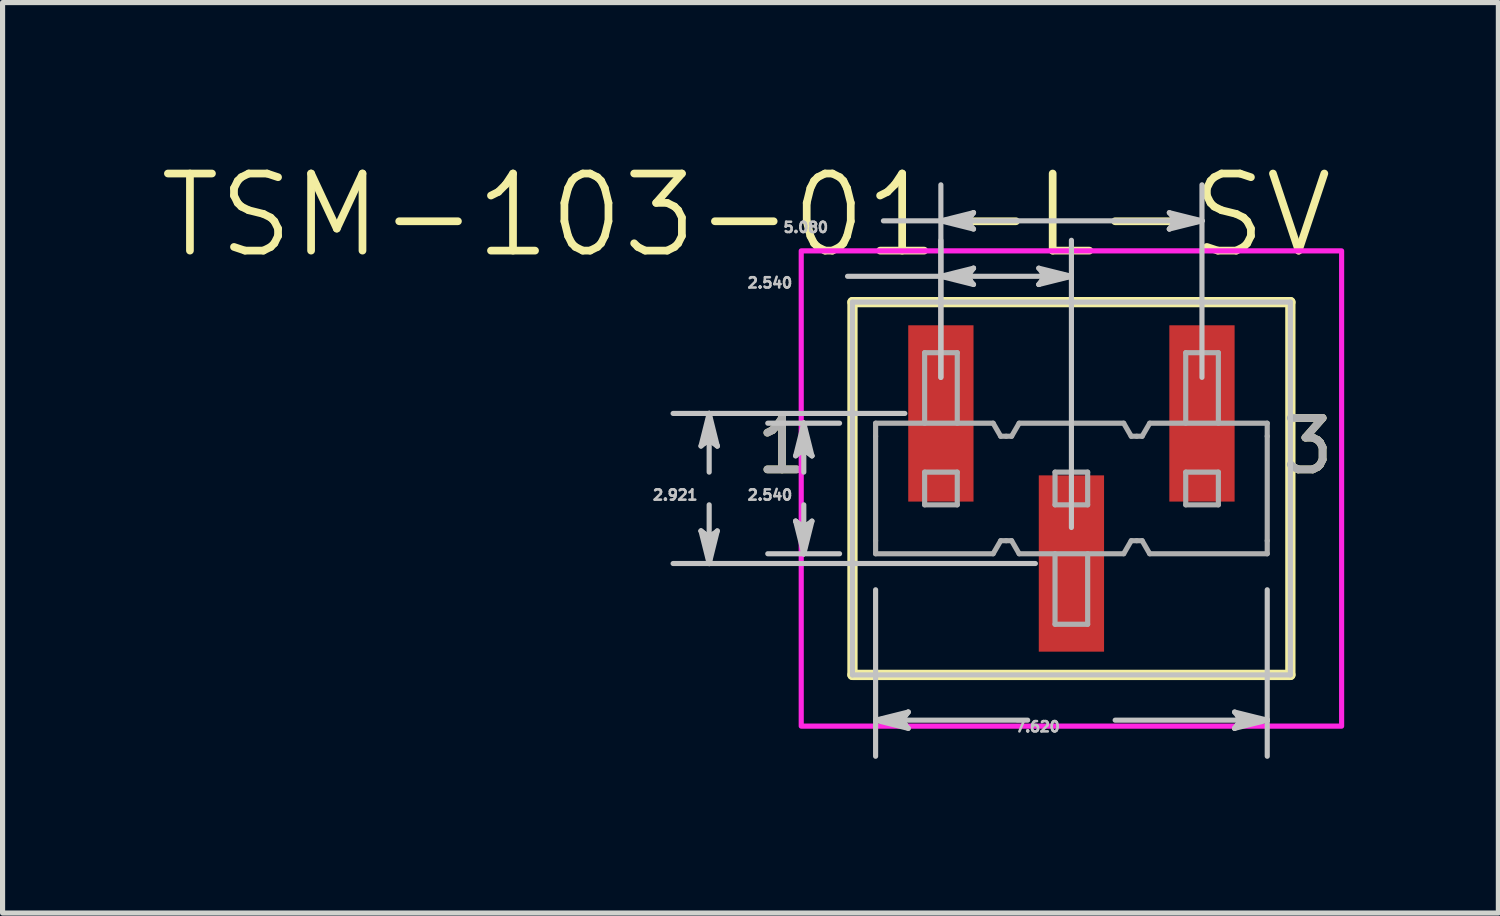
<source format=kicad_pcb>
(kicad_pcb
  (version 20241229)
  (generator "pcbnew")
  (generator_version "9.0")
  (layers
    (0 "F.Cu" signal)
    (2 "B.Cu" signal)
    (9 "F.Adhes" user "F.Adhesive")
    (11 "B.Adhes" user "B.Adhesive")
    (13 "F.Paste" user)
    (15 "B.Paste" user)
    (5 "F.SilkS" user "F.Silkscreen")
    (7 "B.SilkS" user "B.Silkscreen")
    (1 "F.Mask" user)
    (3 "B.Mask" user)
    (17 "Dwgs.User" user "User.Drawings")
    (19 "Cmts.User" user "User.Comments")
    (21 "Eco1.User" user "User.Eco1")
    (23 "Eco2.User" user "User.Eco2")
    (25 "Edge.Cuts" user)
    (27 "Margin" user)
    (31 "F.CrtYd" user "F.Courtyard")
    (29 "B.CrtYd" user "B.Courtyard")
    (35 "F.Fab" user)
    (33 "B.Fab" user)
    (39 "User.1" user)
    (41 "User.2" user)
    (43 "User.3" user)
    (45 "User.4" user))
  (footprint "TSM-103-01-L-SV"
    (layer "F.Cu")
    (at 17.796 6.454)
    (property "Reference" "TSM-103-01-L-SV" (at -6.329 -5.314 0) (layer "F.SilkS") (effects (font (size 1.5 1.5) (thickness 0.15))))
    (attr smd)
    (fp_poly (pts (xy -3.226 -3.226) (xy -1.854 -3.226) (xy -1.854 0.306) (xy -3.226 0.306)) (stroke (width 0.01) (type solid)) (fill yes) (layer "F.Mask"))
    (fp_poly (pts (xy -0.686 -0.306) (xy 0.686 -0.306) (xy 0.686 3.226) (xy -0.686 3.226)) (stroke (width 0.01) (type solid)) (fill yes) (layer "F.Mask"))
    (fp_poly (pts (xy 1.854 -3.226) (xy 3.226 -3.226) (xy 3.226 0.306) (xy 1.854 0.306)) (stroke (width 0.01) (type solid)) (fill yes) (layer "F.Mask"))
    (fp_line (start -4.26 -3.626) (end -4.26 3.627) (stroke (width 0.2) (type solid)) (layer "F.SilkS"))
    (fp_line (start -4.26 3.627) (end 4.26 3.627) (stroke (width 0.2) (type solid)) (layer "F.SilkS"))
    (fp_line (start 4.26 -3.626) (end -4.26 -3.626) (stroke (width 0.2) (type solid)) (layer "F.SilkS"))
    (fp_line (start 4.26 3.627) (end 4.26 -3.626) (stroke (width 0.2) (type solid)) (layer "F.SilkS"))
    (fp_poly (pts (xy -3.175 -3.175) (xy -1.905 -3.175) (xy -1.905 0.255) (xy -3.175 0.255)) (stroke (width 0.01) (type solid)) (fill yes) (layer "F.Paste"))
    (fp_poly (pts (xy -0.635 -0.255) (xy 0.635 -0.255) (xy 0.635 3.175) (xy -0.635 3.175)) (stroke (width 0.01) (type solid)) (fill yes) (layer "F.Paste"))
    (fp_poly (pts (xy 1.905 -3.175) (xy 3.175 -3.175) (xy 3.175 0.255) (xy 1.905 0.255)) (stroke (width 0.01) (type solid)) (fill yes) (layer "F.Paste"))
    (fp_line (start -7.207 -0.826) (end -7.048 -0.952) (stroke (width 0.1) (type solid)) (layer "Dwgs.User"))
    (fp_line (start -7.207 0.826) (end -7.048 1.46) (stroke (width 0.1) (type solid)) (layer "Dwgs.User"))
    (fp_line (start -7.128 -0.889) (end -7.048 -0.952) (stroke (width 0.1) (type solid)) (layer "Dwgs.User"))
    (fp_line (start -7.128 0.889) (end -7.207 0.826) (stroke (width 0.1) (type solid)) (layer "Dwgs.User"))
    (fp_line (start -7.048 -1.46) (end -7.207 -0.826) (stroke (width 0.1) (type solid)) (layer "Dwgs.User"))
    (fp_line (start -7.048 -1.46) (end -7.128 -0.889) (stroke (width 0.1) (type solid)) (layer "Dwgs.User"))
    (fp_line (start -7.048 -1.46) (end -6.969 -0.889) (stroke (width 0.1) (type solid)) (layer "Dwgs.User"))
    (fp_line (start -7.048 -0.952) (end -7.048 -1.46) (stroke (width 0.1) (type solid)) (layer "Dwgs.User"))
    (fp_line (start -7.048 -0.952) (end -6.89 -0.826) (stroke (width 0.1) (type solid)) (layer "Dwgs.User"))
    (fp_line (start -7.048 -0.318) (end -7.048 -1.46) (stroke (width 0.1) (type solid)) (layer "Dwgs.User"))
    (fp_line (start -7.048 0.318) (end -7.048 1.46) (stroke (width 0.1) (type solid)) (layer "Dwgs.User"))
    (fp_line (start -7.048 0.952) (end -7.207 0.826) (stroke (width 0.1) (type solid)) (layer "Dwgs.User"))
    (fp_line (start -7.048 0.952) (end -7.048 1.46) (stroke (width 0.1) (type solid)) (layer "Dwgs.User"))
    (fp_line (start -7.048 1.46) (end -7.128 0.889) (stroke (width 0.1) (type solid)) (layer "Dwgs.User"))
    (fp_line (start -7.048 1.46) (end -6.969 0.889) (stroke (width 0.1) (type solid)) (layer "Dwgs.User"))
    (fp_line (start -7.048 1.46) (end -6.89 0.826) (stroke (width 0.1) (type solid)) (layer "Dwgs.User"))
    (fp_line (start -6.969 -0.889) (end -6.89 -0.826) (stroke (width 0.1) (type solid)) (layer "Dwgs.User"))
    (fp_line (start -6.969 0.889) (end -7.048 0.952) (stroke (width 0.1) (type solid)) (layer "Dwgs.User"))
    (fp_line (start -6.89 -0.826) (end -7.048 -1.46) (stroke (width 0.1) (type solid)) (layer "Dwgs.User"))
    (fp_line (start -6.89 0.826) (end -7.048 0.952) (stroke (width 0.1) (type solid)) (layer "Dwgs.User"))
    (fp_line (start -5.366 -0.635) (end -5.207 -0.762) (stroke (width 0.1) (type solid)) (layer "Dwgs.User"))
    (fp_line (start -5.366 0.635) (end -5.207 1.27) (stroke (width 0.1) (type solid)) (layer "Dwgs.User"))
    (fp_line (start -5.286 -0.698) (end -5.207 -0.762) (stroke (width 0.1) (type solid)) (layer "Dwgs.User"))
    (fp_line (start -5.286 0.698) (end -5.366 0.635) (stroke (width 0.1) (type solid)) (layer "Dwgs.User"))
    (fp_line (start -5.207 -1.27) (end -5.366 -0.635) (stroke (width 0.1) (type solid)) (layer "Dwgs.User"))
    (fp_line (start -5.207 -1.27) (end -5.286 -0.698) (stroke (width 0.1) (type solid)) (layer "Dwgs.User"))
    (fp_line (start -5.207 -1.27) (end -5.128 -0.698) (stroke (width 0.1) (type solid)) (layer "Dwgs.User"))
    (fp_line (start -5.207 -0.762) (end -5.207 -1.27) (stroke (width 0.1) (type solid)) (layer "Dwgs.User"))
    (fp_line (start -5.207 -0.762) (end -5.048 -0.635) (stroke (width 0.1) (type solid)) (layer "Dwgs.User"))
    (fp_line (start -5.207 -0.318) (end -5.207 -1.27) (stroke (width 0.1) (type solid)) (layer "Dwgs.User"))
    (fp_line (start -5.207 0.318) (end -5.207 1.27) (stroke (width 0.1) (type solid)) (layer "Dwgs.User"))
    (fp_line (start -5.207 0.762) (end -5.366 0.635) (stroke (width 0.1) (type solid)) (layer "Dwgs.User"))
    (fp_line (start -5.207 0.762) (end -5.207 1.27) (stroke (width 0.1) (type solid)) (layer "Dwgs.User"))
    (fp_line (start -5.207 1.27) (end -5.286 0.698) (stroke (width 0.1) (type solid)) (layer "Dwgs.User"))
    (fp_line (start -5.207 1.27) (end -5.128 0.698) (stroke (width 0.1) (type solid)) (layer "Dwgs.User"))
    (fp_line (start -5.207 1.27) (end -5.048 0.635) (stroke (width 0.1) (type solid)) (layer "Dwgs.User"))
    (fp_line (start -5.128 -0.698) (end -5.048 -0.635) (stroke (width 0.1) (type solid)) (layer "Dwgs.User"))
    (fp_line (start -5.128 0.698) (end -5.207 0.762) (stroke (width 0.1) (type solid)) (layer "Dwgs.User"))
    (fp_line (start -5.048 -0.635) (end -5.207 -1.27) (stroke (width 0.1) (type solid)) (layer "Dwgs.User"))
    (fp_line (start -5.048 0.635) (end -5.207 0.762) (stroke (width 0.1) (type solid)) (layer "Dwgs.User"))
    (fp_line (start -4.511 -1.27) (end -5.908 -1.27) (stroke (width 0.1) (type solid)) (layer "Dwgs.User"))
    (fp_line (start -4.511 1.27) (end -5.908 1.27) (stroke (width 0.1) (type solid)) (layer "Dwgs.User"))
    (fp_line (start -4.356 -4.128) (end -2.54 -4.128) (stroke (width 0.1) (type solid)) (layer "Dwgs.User"))
    (fp_line (start -4.26 -3.626) (end -4.26 3.627) (stroke (width 0.1) (type solid)) (layer "Dwgs.User"))
    (fp_line (start -4.26 3.627) (end 4.26 3.627) (stroke (width 0.1) (type solid)) (layer "Dwgs.User"))
    (fp_line (start -3.81 1.971) (end -3.81 5.21) (stroke (width 0.1) (type solid)) (layer "Dwgs.User"))
    (fp_line (start -3.81 4.508) (end -3.238 4.429) (stroke (width 0.1) (type solid)) (layer "Dwgs.User"))
    (fp_line (start -3.81 4.508) (end -3.238 4.588) (stroke (width 0.1) (type solid)) (layer "Dwgs.User"))
    (fp_line (start -3.81 4.508) (end -3.175 4.667) (stroke (width 0.1) (type solid)) (layer "Dwgs.User"))
    (fp_line (start -3.658 -5.207) (end -2.54 -5.207) (stroke (width 0.1) (type solid)) (layer "Dwgs.User"))
    (fp_line (start -3.302 4.508) (end -3.81 4.508) (stroke (width 0.1) (type solid)) (layer "Dwgs.User"))
    (fp_line (start -3.302 4.508) (end -3.175 4.35) (stroke (width 0.1) (type solid)) (layer "Dwgs.User"))
    (fp_line (start -3.241 -1.46) (end -7.75 -1.46) (stroke (width 0.1) (type solid)) (layer "Dwgs.User"))
    (fp_line (start -3.238 4.429) (end -3.175 4.35) (stroke (width 0.1) (type solid)) (layer "Dwgs.User"))
    (fp_line (start -3.238 4.588) (end -3.302 4.508) (stroke (width 0.1) (type solid)) (layer "Dwgs.User"))
    (fp_line (start -3.175 4.35) (end -3.81 4.508) (stroke (width 0.1) (type solid)) (layer "Dwgs.User"))
    (fp_line (start -3.175 4.667) (end -3.302 4.508) (stroke (width 0.1) (type solid)) (layer "Dwgs.User"))
    (fp_line (start -2.54 -5.207) (end -1.968 -5.286) (stroke (width 0.1) (type solid)) (layer "Dwgs.User"))
    (fp_line (start -2.54 -5.207) (end -1.968 -5.128) (stroke (width 0.1) (type solid)) (layer "Dwgs.User"))
    (fp_line (start -2.54 -5.207) (end -1.905 -5.048) (stroke (width 0.1) (type solid)) (layer "Dwgs.User"))
    (fp_line (start -2.54 -5.207) (end 2.54 -5.207) (stroke (width 0.1) (type solid)) (layer "Dwgs.User"))
    (fp_line (start -2.54 -4.128) (end -1.968 -4.207) (stroke (width 0.1) (type solid)) (layer "Dwgs.User"))
    (fp_line (start -2.54 -4.128) (end -1.968 -4.048) (stroke (width 0.1) (type solid)) (layer "Dwgs.User"))
    (fp_line (start -2.54 -4.128) (end -1.905 -3.969) (stroke (width 0.1) (type solid)) (layer "Dwgs.User"))
    (fp_line (start -2.54 -4.128) (end 0 -4.128) (stroke (width 0.1) (type solid)) (layer "Dwgs.User"))
    (fp_line (start -2.54 -2.162) (end -2.54 -5.908) (stroke (width 0.1) (type solid)) (layer "Dwgs.User"))
    (fp_line (start -2.54 -2.162) (end -2.54 -4.829) (stroke (width 0.1) (type solid)) (layer "Dwgs.User"))
    (fp_line (start -2.032 -5.207) (end -2.54 -5.207) (stroke (width 0.1) (type solid)) (layer "Dwgs.User"))
    (fp_line (start -2.032 -5.207) (end -1.905 -5.366) (stroke (width 0.1) (type solid)) (layer "Dwgs.User"))
    (fp_line (start -2.032 -4.128) (end -2.54 -4.128) (stroke (width 0.1) (type solid)) (layer "Dwgs.User"))
    (fp_line (start -2.032 -4.128) (end -1.905 -4.286) (stroke (width 0.1) (type solid)) (layer "Dwgs.User"))
    (fp_line (start -1.968 -5.286) (end -1.905 -5.366) (stroke (width 0.1) (type solid)) (layer "Dwgs.User"))
    (fp_line (start -1.968 -5.128) (end -2.032 -5.207) (stroke (width 0.1) (type solid)) (layer "Dwgs.User"))
    (fp_line (start -1.968 -4.207) (end -1.905 -4.286) (stroke (width 0.1) (type solid)) (layer "Dwgs.User"))
    (fp_line (start -1.968 -4.048) (end -2.032 -4.128) (stroke (width 0.1) (type solid)) (layer "Dwgs.User"))
    (fp_line (start -1.905 -5.366) (end -2.54 -5.207) (stroke (width 0.1) (type solid)) (layer "Dwgs.User"))
    (fp_line (start -1.905 -5.048) (end -2.032 -5.207) (stroke (width 0.1) (type solid)) (layer "Dwgs.User"))
    (fp_line (start -1.905 -4.286) (end -2.54 -4.128) (stroke (width 0.1) (type solid)) (layer "Dwgs.User"))
    (fp_line (start -1.905 -3.969) (end -2.032 -4.128) (stroke (width 0.1) (type solid)) (layer "Dwgs.User"))
    (fp_line (start -0.851 4.508) (end -3.81 4.508) (stroke (width 0.1) (type solid)) (layer "Dwgs.User"))
    (fp_line (start -0.701 1.46) (end -7.75 1.46) (stroke (width 0.1) (type solid)) (layer "Dwgs.User"))
    (fp_line (start -0.635 -4.286) (end -0.508 -4.128) (stroke (width 0.1) (type solid)) (layer "Dwgs.User"))
    (fp_line (start -0.635 -3.969) (end 0 -4.128) (stroke (width 0.1) (type solid)) (layer "Dwgs.User"))
    (fp_line (start -0.572 -4.207) (end -0.508 -4.128) (stroke (width 0.1) (type solid)) (layer "Dwgs.User"))
    (fp_line (start -0.572 -4.048) (end -0.635 -3.969) (stroke (width 0.1) (type solid)) (layer "Dwgs.User"))
    (fp_line (start -0.508 -4.128) (end -0.635 -3.969) (stroke (width 0.1) (type solid)) (layer "Dwgs.User"))
    (fp_line (start -0.508 -4.128) (end 0 -4.128) (stroke (width 0.1) (type solid)) (layer "Dwgs.User"))
    (fp_line (start 0 -4.128) (end -0.635 -4.286) (stroke (width 0.1) (type solid)) (layer "Dwgs.User"))
    (fp_line (start 0 -4.128) (end -0.572 -4.207) (stroke (width 0.1) (type solid)) (layer "Dwgs.User"))
    (fp_line (start 0 -4.128) (end -0.572 -4.048) (stroke (width 0.1) (type solid)) (layer "Dwgs.User"))
    (fp_line (start 0 0.759) (end 0 -4.829) (stroke (width 0.1) (type solid)) (layer "Dwgs.User"))
    (fp_line (start 0.851 4.508) (end 3.81 4.508) (stroke (width 0.1) (type solid)) (layer "Dwgs.User"))
    (fp_line (start 1.905 -5.366) (end 2.032 -5.207) (stroke (width 0.1) (type solid)) (layer "Dwgs.User"))
    (fp_line (start 1.905 -5.048) (end 2.54 -5.207) (stroke (width 0.1) (type solid)) (layer "Dwgs.User"))
    (fp_line (start 1.968 -5.286) (end 2.032 -5.207) (stroke (width 0.1) (type solid)) (layer "Dwgs.User"))
    (fp_line (start 1.968 -5.128) (end 1.905 -5.048) (stroke (width 0.1) (type solid)) (layer "Dwgs.User"))
    (fp_line (start 2.032 -5.207) (end 1.905 -5.048) (stroke (width 0.1) (type solid)) (layer "Dwgs.User"))
    (fp_line (start 2.032 -5.207) (end 2.54 -5.207) (stroke (width 0.1) (type solid)) (layer "Dwgs.User"))
    (fp_line (start 2.54 -5.207) (end 1.905 -5.366) (stroke (width 0.1) (type solid)) (layer "Dwgs.User"))
    (fp_line (start 2.54 -5.207) (end 1.968 -5.286) (stroke (width 0.1) (type solid)) (layer "Dwgs.User"))
    (fp_line (start 2.54 -5.207) (end 1.968 -5.128) (stroke (width 0.1) (type solid)) (layer "Dwgs.User"))
    (fp_line (start 2.54 -2.162) (end 2.54 -5.908) (stroke (width 0.1) (type solid)) (layer "Dwgs.User"))
    (fp_line (start 3.175 4.35) (end 3.302 4.508) (stroke (width 0.1) (type solid)) (layer "Dwgs.User"))
    (fp_line (start 3.175 4.667) (end 3.81 4.508) (stroke (width 0.1) (type solid)) (layer "Dwgs.User"))
    (fp_line (start 3.238 4.429) (end 3.302 4.508) (stroke (width 0.1) (type solid)) (layer "Dwgs.User"))
    (fp_line (start 3.238 4.588) (end 3.175 4.667) (stroke (width 0.1) (type solid)) (layer "Dwgs.User"))
    (fp_line (start 3.302 4.508) (end 3.175 4.667) (stroke (width 0.1) (type solid)) (layer "Dwgs.User"))
    (fp_line (start 3.302 4.508) (end 3.81 4.508) (stroke (width 0.1) (type solid)) (layer "Dwgs.User"))
    (fp_line (start 3.81 1.971) (end 3.81 5.21) (stroke (width 0.1) (type solid)) (layer "Dwgs.User"))
    (fp_line (start 3.81 4.508) (end 3.175 4.35) (stroke (width 0.1) (type solid)) (layer "Dwgs.User"))
    (fp_line (start 3.81 4.508) (end 3.238 4.429) (stroke (width 0.1) (type solid)) (layer "Dwgs.User"))
    (fp_line (start 3.81 4.508) (end 3.238 4.588) (stroke (width 0.1) (type solid)) (layer "Dwgs.User"))
    (fp_line (start 4.26 -3.626) (end -4.26 -3.626) (stroke (width 0.1) (type solid)) (layer "Dwgs.User"))
    (fp_line (start 4.26 3.627) (end 4.26 -3.626) (stroke (width 0.1) (type solid)) (layer "Dwgs.User"))
    (fp_poly (pts (xy 5.257 -4.623) (xy -5.257 -4.623) (xy -5.257 4.624) (xy 5.257 4.624) (xy 5.257 -4.623)) (stroke (width 0.1) (type solid)) (fill no) (layer "F.CrtYd"))
    (fp_line (start -3.81 -1.016) (end -3.81 -1.27) (stroke (width 0.1) (type solid)) (layer "F.Fab"))
    (fp_line (start -3.81 -1.016) (end -3.81 1.016) (stroke (width 0.1) (type solid)) (layer "F.Fab"))
    (fp_line (start -3.81 1.27) (end -3.81 1.016) (stroke (width 0.1) (type solid)) (layer "F.Fab"))
    (fp_line (start -3.81 1.27) (end -1.523 1.27) (stroke (width 0.1) (type solid)) (layer "F.Fab"))
    (fp_line (start -2.856 -2.642) (end -2.221 -2.642) (stroke (width 0.1) (type solid)) (layer "F.Fab"))
    (fp_line (start -2.856 -1.27) (end -2.856 -2.642) (stroke (width 0.1) (type solid)) (layer "F.Fab"))
    (fp_line (start -2.856 -0.318) (end -2.221 -0.318) (stroke (width 0.1) (type solid)) (layer "F.Fab"))
    (fp_line (start -2.856 0.318) (end -2.856 -0.318) (stroke (width 0.1) (type solid)) (layer "F.Fab"))
    (fp_line (start -2.856 0.318) (end -2.221 0.318) (stroke (width 0.1) (type solid)) (layer "F.Fab"))
    (fp_line (start -2.221 -1.27) (end -2.221 -2.642) (stroke (width 0.1) (type solid)) (layer "F.Fab"))
    (fp_line (start -2.221 -0.318) (end -2.221 0.318) (stroke (width 0.1) (type solid)) (layer "F.Fab"))
    (fp_line (start -1.523 -1.27) (end -3.81 -1.27) (stroke (width 0.1) (type solid)) (layer "F.Fab"))
    (fp_line (start -1.523 -1.27) (end -1.376 -1.016) (stroke (width 0.1) (type solid)) (layer "F.Fab"))
    (fp_line (start -1.376 -1.016) (end -1.27 -1.016) (stroke (width 0.1) (type solid)) (layer "F.Fab"))
    (fp_line (start -1.376 1.016) (end -1.523 1.27) (stroke (width 0.1) (type solid)) (layer "F.Fab"))
    (fp_line (start -1.27 -1.016) (end -1.164 -1.016) (stroke (width 0.1) (type solid)) (layer "F.Fab"))
    (fp_line (start -1.27 1.016) (end -1.376 1.016) (stroke (width 0.1) (type solid)) (layer "F.Fab"))
    (fp_line (start -1.164 -1.016) (end -1.017 -1.27) (stroke (width 0.1) (type solid)) (layer "F.Fab"))
    (fp_line (start -1.164 1.016) (end -1.27 1.016) (stroke (width 0.1) (type solid)) (layer "F.Fab"))
    (fp_line (start -1.017 1.27) (end -1.164 1.016) (stroke (width 0.1) (type solid)) (layer "F.Fab"))
    (fp_line (start -1.017 1.27) (end 1.017 1.27) (stroke (width 0.1) (type solid)) (layer "F.Fab"))
    (fp_line (start -0.319 0.318) (end -0.319 -0.318) (stroke (width 0.1) (type solid)) (layer "F.Fab"))
    (fp_line (start -0.319 1.27) (end -0.319 2.642) (stroke (width 0.1) (type solid)) (layer "F.Fab"))
    (fp_line (start 0.316 -0.318) (end -0.319 -0.318) (stroke (width 0.1) (type solid)) (layer "F.Fab"))
    (fp_line (start 0.316 -0.318) (end 0.316 0.318) (stroke (width 0.1) (type solid)) (layer "F.Fab"))
    (fp_line (start 0.316 0.318) (end -0.319 0.318) (stroke (width 0.1) (type solid)) (layer "F.Fab"))
    (fp_line (start 0.316 1.27) (end 0.316 2.642) (stroke (width 0.1) (type solid)) (layer "F.Fab"))
    (fp_line (start 0.316 2.642) (end -0.319 2.642) (stroke (width 0.1) (type solid)) (layer "F.Fab"))
    (fp_line (start 1.017 -1.27) (end -1.017 -1.27) (stroke (width 0.1) (type solid)) (layer "F.Fab"))
    (fp_line (start 1.017 -1.27) (end 1.164 -1.016) (stroke (width 0.1) (type solid)) (layer "F.Fab"))
    (fp_line (start 1.164 -1.016) (end 1.271 -1.016) (stroke (width 0.1) (type solid)) (layer "F.Fab"))
    (fp_line (start 1.164 1.016) (end 1.017 1.27) (stroke (width 0.1) (type solid)) (layer "F.Fab"))
    (fp_line (start 1.27 1.016) (end 1.376 1.016) (stroke (width 0.1) (type solid)) (layer "F.Fab"))
    (fp_line (start 1.271 1.016) (end 1.164 1.016) (stroke (width 0.1) (type solid)) (layer "F.Fab"))
    (fp_line (start 1.376 -1.016) (end 1.27 -1.016) (stroke (width 0.1) (type solid)) (layer "F.Fab"))
    (fp_line (start 1.376 1.016) (end 1.523 1.27) (stroke (width 0.1) (type solid)) (layer "F.Fab"))
    (fp_line (start 1.523 -1.27) (end 1.376 -1.016) (stroke (width 0.1) (type solid)) (layer "F.Fab"))
    (fp_line (start 1.523 -1.27) (end 3.81 -1.27) (stroke (width 0.1) (type solid)) (layer "F.Fab"))
    (fp_line (start 2.224 -2.642) (end 2.859 -2.642) (stroke (width 0.1) (type solid)) (layer "F.Fab"))
    (fp_line (start 2.224 -1.27) (end 2.224 -2.642) (stroke (width 0.1) (type solid)) (layer "F.Fab"))
    (fp_line (start 2.224 -0.318) (end 2.859 -0.318) (stroke (width 0.1) (type solid)) (layer "F.Fab"))
    (fp_line (start 2.224 0.318) (end 2.224 -0.318) (stroke (width 0.1) (type solid)) (layer "F.Fab"))
    (fp_line (start 2.224 0.318) (end 2.859 0.318) (stroke (width 0.1) (type solid)) (layer "F.Fab"))
    (fp_line (start 2.859 -1.27) (end 2.859 -2.642) (stroke (width 0.1) (type solid)) (layer "F.Fab"))
    (fp_line (start 2.859 -0.318) (end 2.859 0.318) (stroke (width 0.1) (type solid)) (layer "F.Fab"))
    (fp_line (start 3.81 -1.016) (end 3.81 -1.27) (stroke (width 0.1) (type solid)) (layer "F.Fab"))
    (fp_line (start 3.81 -1.016) (end 3.81 1.016) (stroke (width 0.1) (type solid)) (layer "F.Fab"))
    (fp_line (start 3.81 1.27) (end 1.523 1.27) (stroke (width 0.1) (type solid)) (layer "F.Fab"))
    (fp_line (start 3.81 1.27) (end 3.81 1.016) (stroke (width 0.1) (type solid)) (layer "F.Fab"))
    (fp_text user "3" (at 4.601 -0.826 0) (layer "F.SilkS") (effects (font (size 1 1) (thickness 0.15))))
    (fp_text user "1" (at -5.63 -0.826 0) (layer "F.SilkS") (effects (font (size 1 1) (thickness 0.15))))
    (fp_text user "7.620" (at -0.66 4.636 0) (layer "Dwgs.User") (effects (font (size 0.2 0.2) (thickness 0.15))))
    (fp_text user "2.540" (at -5.867 0.127 0) (layer "Dwgs.User") (effects (font (size 0.2 0.2) (thickness 0.15))))
    (fp_text user "2.921" (at -7.709 0.127 0) (layer "Dwgs.User") (effects (font (size 0.2 0.2) (thickness 0.15))))
    (fp_text user "5.080" (at -5.169 -5.08 0) (layer "Dwgs.User") (effects (font (size 0.2 0.2) (thickness 0.15))))
    (fp_text user "2.540" (at -5.867 -4 0) (layer "Dwgs.User") (effects (font (size 0.2 0.2) (thickness 0.15))))
    (fp_text user "3" (at 4.601 -0.826 0) (layer "F.Fab") (effects (font (size 1 1) (thickness 0.15))))
    (fp_text user "1" (at -5.63 -0.826 0) (layer "F.Fab") (effects (font (size 1 1) (thickness 0.15))))
    (pad "1" smd rect (at -2.54 -1.46) (size 1.27 3.43) (layers "F.Cu" "F.Paste"))
    (pad "2" smd rect (at 0 1.46) (size 1.27 3.43) (layers "F.Cu" "F.Paste"))
    (pad "3" smd rect (at 2.54 -1.46) (size 1.27 3.43) (layers "F.Cu" "F.Paste")))
  (gr_rect
    (start -3 -3)
    (end 26.103 14.714)
    (stroke (width 0.1) (type default))
    (fill no)
    (layer "Edge.Cuts")))
</source>
